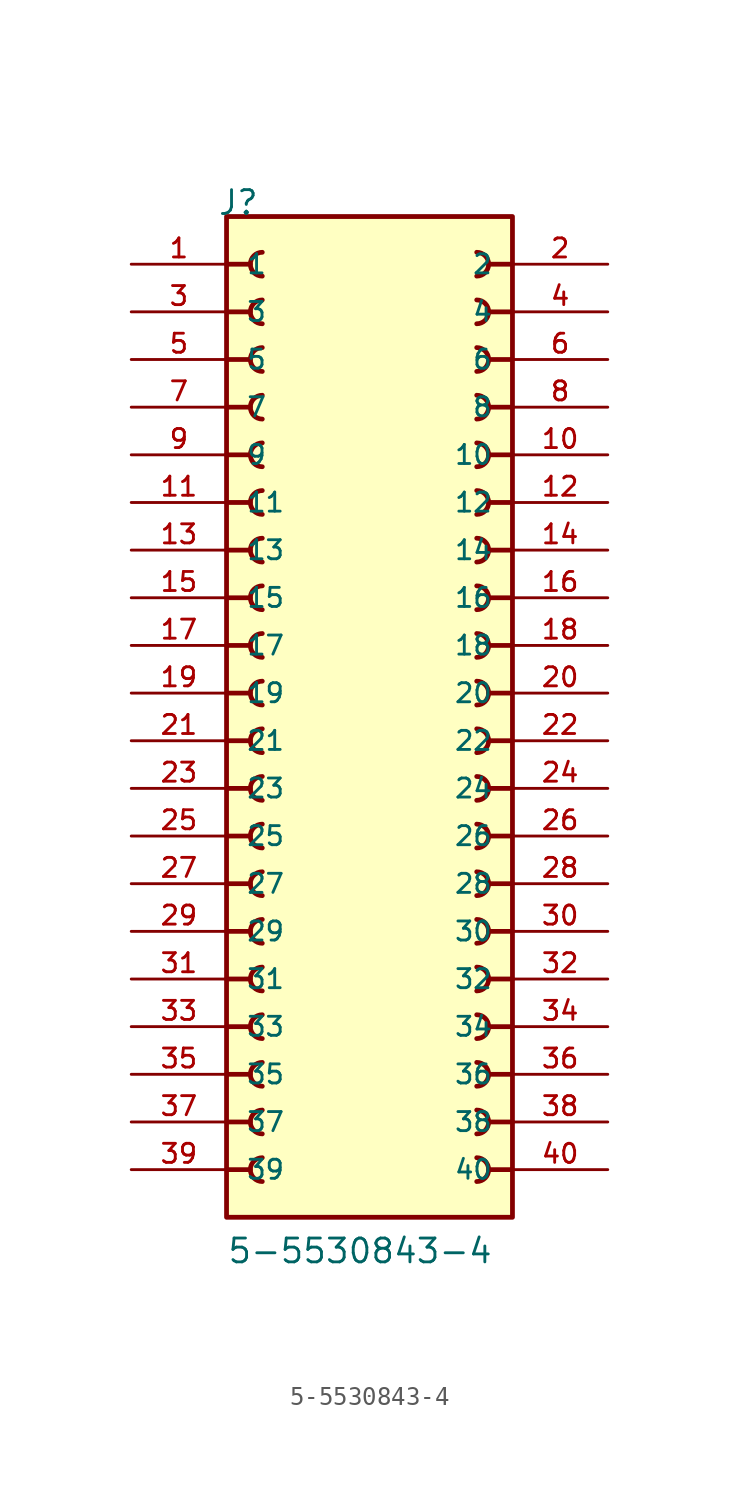
<source format=kicad_sym>
(kicad_symbol_lib
  (version 20211014)
  (generator kicad_symbol_editor)
  (symbol "5-5530843-4"
    (pin_names
      (offset 1.016))
    (property "Reference" "J"
      (at -8.12 27.94 0)
      (effects (font (size 1.27 1.27)) (justify bottom left)))
    (property "Value" "5-5530843-4"
      (at -7.62 -27.94 0)
      (effects (font (size 1.27 1.27)) (justify bottom left)))
    (symbol "5-5530843-4_0_0"
      (polyline (pts (xy -7.62 25.4) (xy -6.35 25.4)) (stroke (width 0.254)))
      (arc (start -5.715 26.035) (mid -6.35 25.4) (end -5.715 24.765) (stroke (width 0.254) (type default) (color 0 0 0 0)) (fill (type none)))
      (polyline (pts (xy 7.62 25.4) (xy 6.35 25.4)) (stroke (width 0.254)))
      (arc (start 5.715 24.765) (mid 6.35 25.4) (end 5.715 26.035) (stroke (width 0.254) (type default) (color 0 0 0 0)) (fill (type none)))
      (polyline (pts (xy -7.62 22.86) (xy -6.35 22.86)) (stroke (width 0.254)))
      (arc (start -5.715 23.495) (mid -6.35 22.86) (end -5.715 22.225) (stroke (width 0.254) (type default) (color 0 0 0 0)) (fill (type none)))
      (polyline (pts (xy 7.62 22.86) (xy 6.35 22.86)) (stroke (width 0.254)))
      (arc (start 5.715 22.225) (mid 6.35 22.86) (end 5.715 23.495) (stroke (width 0.254) (type default) (color 0 0 0 0)) (fill (type none)))
      (polyline (pts (xy -7.62 20.32) (xy -6.35 20.32)) (stroke (width 0.254)))
      (arc (start -5.715 20.955) (mid -6.35 20.32) (end -5.715 19.685) (stroke (width 0.254) (type default) (color 0 0 0 0)) (fill (type none)))
      (polyline (pts (xy 7.62 20.32) (xy 6.35 20.32)) (stroke (width 0.254)))
      (arc (start 5.715 19.685) (mid 6.35 20.32) (end 5.715 20.955) (stroke (width 0.254) (type default) (color 0 0 0 0)) (fill (type none)))
      (polyline (pts (xy -7.62 17.78) (xy -6.35 17.78)) (stroke (width 0.254)))
      (arc (start -5.715 18.415) (mid -6.35 17.78) (end -5.715 17.145) (stroke (width 0.254) (type default) (color 0 0 0 0)) (fill (type none)))
      (polyline (pts (xy 7.62 17.78) (xy 6.35 17.78)) (stroke (width 0.254)))
      (arc (start 5.715 17.145) (mid 6.35 17.78) (end 5.715 18.415) (stroke (width 0.254) (type default) (color 0 0 0 0)) (fill (type none)))
      (polyline (pts (xy -7.62 15.24) (xy -6.35 15.24)) (stroke (width 0.254)))
      (arc (start -5.715 15.875) (mid -6.35 15.24) (end -5.715 14.605) (stroke (width 0.254) (type default) (color 0 0 0 0)) (fill (type none)))
      (polyline (pts (xy 7.62 15.24) (xy 6.35 15.24)) (stroke (width 0.254)))
      (arc (start 5.715 14.605) (mid 6.35 15.24) (end 5.715 15.875) (stroke (width 0.254) (type default) (color 0 0 0 0)) (fill (type none)))
      (polyline (pts (xy -7.62 12.7) (xy -6.35 12.7)) (stroke (width 0.254)))
      (arc (start -5.715 13.335) (mid -6.35 12.7) (end -5.715 12.065) (stroke (width 0.254) (type default) (color 0 0 0 0)) (fill (type none)))
      (polyline (pts (xy 7.62 12.7) (xy 6.35 12.7)) (stroke (width 0.254)))
      (arc (start 5.715 12.065) (mid 6.35 12.7) (end 5.715 13.335) (stroke (width 0.254) (type default) (color 0 0 0 0)) (fill (type none)))
      (polyline (pts (xy -7.62 10.16) (xy -6.35 10.16)) (stroke (width 0.254)))
      (arc (start -5.715 10.795) (mid -6.35 10.16) (end -5.715 9.525) (stroke (width 0.254) (type default) (color 0 0 0 0)) (fill (type none)))
      (polyline (pts (xy 7.62 10.16) (xy 6.35 10.16)) (stroke (width 0.254)))
      (arc (start 5.715 9.525) (mid 6.35 10.16) (end 5.715 10.795) (stroke (width 0.254) (type default) (color 0 0 0 0)) (fill (type none)))
      (polyline (pts (xy -7.62 7.62) (xy -6.35 7.62)) (stroke (width 0.254)))
      (arc (start -5.715 8.255) (mid -6.35 7.62) (end -5.715 6.985) (stroke (width 0.254) (type default) (color 0 0 0 0)) (fill (type none)))
      (polyline (pts (xy 7.62 7.62) (xy 6.35 7.62)) (stroke (width 0.254)))
      (arc (start 5.715 6.985) (mid 6.35 7.62) (end 5.715 8.255) (stroke (width 0.254) (type default) (color 0 0 0 0)) (fill (type none)))
      (polyline (pts (xy -7.62 5.08) (xy -6.35 5.08)) (stroke (width 0.254)))
      (arc (start -5.715 5.715) (mid -6.35 5.08) (end -5.715 4.445) (stroke (width 0.254) (type default) (color 0 0 0 0)) (fill (type none)))
      (polyline (pts (xy 7.62 5.08) (xy 6.35 5.08)) (stroke (width 0.254)))
      (arc (start 5.715 4.445) (mid 6.35 5.08) (end 5.715 5.715) (stroke (width 0.254) (type default) (color 0 0 0 0)) (fill (type none)))
      (polyline (pts (xy -7.62 2.54) (xy -6.35 2.54)) (stroke (width 0.254)))
      (arc (start -5.715 3.175) (mid -6.35 2.54) (end -5.715 1.905) (stroke (width 0.254) (type default) (color 0 0 0 0)) (fill (type none)))
      (polyline (pts (xy 7.62 2.54) (xy 6.35 2.54)) (stroke (width 0.254)))
      (arc (start 5.715 1.905) (mid 6.35 2.54) (end 5.715 3.175) (stroke (width 0.254) (type default) (color 0 0 0 0)) (fill (type none)))
      (polyline (pts (xy -7.62 0.0) (xy -6.35 0.0)) (stroke (width 0.254)))
      (arc (start -5.715 0.635) (mid -6.35 -0.0) (end -5.715 -0.635) (stroke (width 0.254) (type default) (color 0 0 0 0)) (fill (type none)))
      (polyline (pts (xy 7.62 0.0) (xy 6.35 0.0)) (stroke (width 0.254)))
      (arc (start 5.715 -0.635) (mid 6.35 0.0) (end 5.715 0.635) (stroke (width 0.254) (type default) (color 0 0 0 0)) (fill (type none)))
      (polyline (pts (xy -7.62 -2.54) (xy -6.35 -2.54)) (stroke (width 0.254)))
      (arc (start -5.715 -1.905) (mid -6.35 -2.54) (end -5.715 -3.175) (stroke (width 0.254) (type default) (color 0 0 0 0)) (fill (type none)))
      (polyline (pts (xy 7.62 -2.54) (xy 6.35 -2.54)) (stroke (width 0.254)))
      (arc (start 5.715 -3.175) (mid 6.35 -2.54) (end 5.715 -1.905) (stroke (width 0.254) (type default) (color 0 0 0 0)) (fill (type none)))
      (polyline (pts (xy -7.62 -5.08) (xy -6.35 -5.08)) (stroke (width 0.254)))
      (arc (start -5.715 -4.445) (mid -6.35 -5.08) (end -5.715 -5.715) (stroke (width 0.254) (type default) (color 0 0 0 0)) (fill (type none)))
      (polyline (pts (xy 7.62 -5.08) (xy 6.35 -5.08)) (stroke (width 0.254)))
      (arc (start 5.715 -5.715) (mid 6.35 -5.08) (end 5.715 -4.445) (stroke (width 0.254) (type default) (color 0 0 0 0)) (fill (type none)))
      (polyline (pts (xy -7.62 -7.62) (xy -6.35 -7.62)) (stroke (width 0.254)))
      (arc (start -5.715 -6.985) (mid -6.35 -7.62) (end -5.715 -8.255) (stroke (width 0.254) (type default) (color 0 0 0 0)) (fill (type none)))
      (polyline (pts (xy 7.62 -7.62) (xy 6.35 -7.62)) (stroke (width 0.254)))
      (arc (start 5.715 -8.255) (mid 6.35 -7.62) (end 5.715 -6.985) (stroke (width 0.254) (type default) (color 0 0 0 0)) (fill (type none)))
      (polyline (pts (xy -7.62 -10.16) (xy -6.35 -10.16)) (stroke (width 0.254)))
      (arc (start -5.715 -9.525) (mid -6.35 -10.16) (end -5.715 -10.795) (stroke (width 0.254) (type default) (color 0 0 0 0)) (fill (type none)))
      (polyline (pts (xy 7.62 -10.16) (xy 6.35 -10.16)) (stroke (width 0.254)))
      (arc (start 5.715 -10.795) (mid 6.35 -10.16) (end 5.715 -9.525) (stroke (width 0.254) (type default) (color 0 0 0 0)) (fill (type none)))
      (polyline (pts (xy -7.62 -12.7) (xy -6.35 -12.7)) (stroke (width 0.254)))
      (arc (start -5.715 -12.065) (mid -6.35 -12.7) (end -5.715 -13.335) (stroke (width 0.254) (type default) (color 0 0 0 0)) (fill (type none)))
      (polyline (pts (xy 7.62 -12.7) (xy 6.35 -12.7)) (stroke (width 0.254)))
      (arc (start 5.715 -13.335) (mid 6.35 -12.7) (end 5.715 -12.065) (stroke (width 0.254) (type default) (color 0 0 0 0)) (fill (type none)))
      (polyline (pts (xy -7.62 -15.24) (xy -6.35 -15.24)) (stroke (width 0.254)))
      (arc (start -5.715 -14.605) (mid -6.35 -15.24) (end -5.715 -15.875) (stroke (width 0.254) (type default) (color 0 0 0 0)) (fill (type none)))
      (polyline (pts (xy 7.62 -15.24) (xy 6.35 -15.24)) (stroke (width 0.254)))
      (arc (start 5.715 -15.875) (mid 6.35 -15.24) (end 5.715 -14.605) (stroke (width 0.254) (type default) (color 0 0 0 0)) (fill (type none)))
      (polyline (pts (xy -7.62 -17.78) (xy -6.35 -17.78)) (stroke (width 0.254)))
      (arc (start -5.715 -17.145) (mid -6.35 -17.78) (end -5.715 -18.415) (stroke (width 0.254) (type default) (color 0 0 0 0)) (fill (type none)))
      (polyline (pts (xy 7.62 -17.78) (xy 6.35 -17.78)) (stroke (width 0.254)))
      (arc (start 5.715 -18.415) (mid 6.35 -17.78) (end 5.715 -17.145) (stroke (width 0.254) (type default) (color 0 0 0 0)) (fill (type none)))
      (polyline (pts (xy -7.62 -20.32) (xy -6.35 -20.32)) (stroke (width 0.254)))
      (arc (start -5.715 -19.685) (mid -6.35 -20.32) (end -5.715 -20.955) (stroke (width 0.254) (type default) (color 0 0 0 0)) (fill (type none)))
      (polyline (pts (xy 7.62 -20.32) (xy 6.35 -20.32)) (stroke (width 0.254)))
      (arc (start 5.715 -20.955) (mid 6.35 -20.32) (end 5.715 -19.685) (stroke (width 0.254) (type default) (color 0 0 0 0)) (fill (type none)))
      (polyline (pts (xy -7.62 -22.86) (xy -6.35 -22.86)) (stroke (width 0.254)))
      (arc (start -5.715 -22.225) (mid -6.35 -22.86) (end -5.715 -23.495) (stroke (width 0.254) (type default) (color 0 0 0 0)) (fill (type none)))
      (polyline (pts (xy 7.62 -22.86) (xy 6.35 -22.86)) (stroke (width 0.254)))
      (arc (start 5.715 -23.495) (mid 6.35 -22.86) (end 5.715 -22.225) (stroke (width 0.254) (type default) (color 0 0 0 0)) (fill (type none)))
      (rectangle (start -7.62 -25.4) (end 7.62 27.94) (stroke (width 0.254)) (fill (type background)))
      (pin passive line (at -12.7 25.4 0) (length 5.08) (name "1" (effects (font (size 1.016 1.016)))) (number "1" (effects (font (size 1.016 1.016)))))
      (pin passive line (at 12.7 25.4 180.0) (length 5.08) (name "2" (effects (font (size 1.016 1.016)))) (number "2" (effects (font (size 1.016 1.016)))))
      (pin passive line (at -12.7 22.86 0) (length 5.08) (name "3" (effects (font (size 1.016 1.016)))) (number "3" (effects (font (size 1.016 1.016)))))
      (pin passive line (at 12.7 22.86 180.0) (length 5.08) (name "4" (effects (font (size 1.016 1.016)))) (number "4" (effects (font (size 1.016 1.016)))))
      (pin passive line (at -12.7 20.32 0) (length 5.08) (name "5" (effects (font (size 1.016 1.016)))) (number "5" (effects (font (size 1.016 1.016)))))
      (pin passive line (at 12.7 20.32 180.0) (length 5.08) (name "6" (effects (font (size 1.016 1.016)))) (number "6" (effects (font (size 1.016 1.016)))))
      (pin passive line (at -12.7 17.78 0) (length 5.08) (name "7" (effects (font (size 1.016 1.016)))) (number "7" (effects (font (size 1.016 1.016)))))
      (pin passive line (at 12.7 17.78 180.0) (length 5.08) (name "8" (effects (font (size 1.016 1.016)))) (number "8" (effects (font (size 1.016 1.016)))))
      (pin passive line (at -12.7 15.24 0) (length 5.08) (name "9" (effects (font (size 1.016 1.016)))) (number "9" (effects (font (size 1.016 1.016)))))
      (pin passive line (at 12.7 15.24 180.0) (length 5.08) (name "10" (effects (font (size 1.016 1.016)))) (number "10" (effects (font (size 1.016 1.016)))))
      (pin passive line (at -12.7 12.7 0) (length 5.08) (name "11" (effects (font (size 1.016 1.016)))) (number "11" (effects (font (size 1.016 1.016)))))
      (pin passive line (at 12.7 12.7 180.0) (length 5.08) (name "12" (effects (font (size 1.016 1.016)))) (number "12" (effects (font (size 1.016 1.016)))))
      (pin passive line (at -12.7 10.16 0) (length 5.08) (name "13" (effects (font (size 1.016 1.016)))) (number "13" (effects (font (size 1.016 1.016)))))
      (pin passive line (at 12.7 10.16 180.0) (length 5.08) (name "14" (effects (font (size 1.016 1.016)))) (number "14" (effects (font (size 1.016 1.016)))))
      (pin passive line (at -12.7 7.62 0) (length 5.08) (name "15" (effects (font (size 1.016 1.016)))) (number "15" (effects (font (size 1.016 1.016)))))
      (pin passive line (at 12.7 7.62 180.0) (length 5.08) (name "16" (effects (font (size 1.016 1.016)))) (number "16" (effects (font (size 1.016 1.016)))))
      (pin passive line (at -12.7 5.08 0) (length 5.08) (name "17" (effects (font (size 1.016 1.016)))) (number "17" (effects (font (size 1.016 1.016)))))
      (pin passive line (at 12.7 5.08 180.0) (length 5.08) (name "18" (effects (font (size 1.016 1.016)))) (number "18" (effects (font (size 1.016 1.016)))))
      (pin passive line (at -12.7 2.54 0) (length 5.08) (name "19" (effects (font (size 1.016 1.016)))) (number "19" (effects (font (size 1.016 1.016)))))
      (pin passive line (at 12.7 2.54 180.0) (length 5.08) (name "20" (effects (font (size 1.016 1.016)))) (number "20" (effects (font (size 1.016 1.016)))))
      (pin passive line (at -12.7 0.0 0) (length 5.08) (name "21" (effects (font (size 1.016 1.016)))) (number "21" (effects (font (size 1.016 1.016)))))
      (pin passive line (at 12.7 0.0 180.0) (length 5.08) (name "22" (effects (font (size 1.016 1.016)))) (number "22" (effects (font (size 1.016 1.016)))))
      (pin passive line (at -12.7 -2.54 0) (length 5.08) (name "23" (effects (font (size 1.016 1.016)))) (number "23" (effects (font (size 1.016 1.016)))))
      (pin passive line (at 12.7 -2.54 180.0) (length 5.08) (name "24" (effects (font (size 1.016 1.016)))) (number "24" (effects (font (size 1.016 1.016)))))
      (pin passive line (at -12.7 -5.08 0) (length 5.08) (name "25" (effects (font (size 1.016 1.016)))) (number "25" (effects (font (size 1.016 1.016)))))
      (pin passive line (at 12.7 -5.08 180.0) (length 5.08) (name "26" (effects (font (size 1.016 1.016)))) (number "26" (effects (font (size 1.016 1.016)))))
      (pin passive line (at -12.7 -7.62 0) (length 5.08) (name "27" (effects (font (size 1.016 1.016)))) (number "27" (effects (font (size 1.016 1.016)))))
      (pin passive line (at 12.7 -7.62 180.0) (length 5.08) (name "28" (effects (font (size 1.016 1.016)))) (number "28" (effects (font (size 1.016 1.016)))))
      (pin passive line (at -12.7 -10.16 0) (length 5.08) (name "29" (effects (font (size 1.016 1.016)))) (number "29" (effects (font (size 1.016 1.016)))))
      (pin passive line (at 12.7 -10.16 180.0) (length 5.08) (name "30" (effects (font (size 1.016 1.016)))) (number "30" (effects (font (size 1.016 1.016)))))
      (pin passive line (at -12.7 -12.7 0) (length 5.08) (name "31" (effects (font (size 1.016 1.016)))) (number "31" (effects (font (size 1.016 1.016)))))
      (pin passive line (at 12.7 -12.7 180.0) (length 5.08) (name "32" (effects (font (size 1.016 1.016)))) (number "32" (effects (font (size 1.016 1.016)))))
      (pin passive line (at -12.7 -15.24 0) (length 5.08) (name "33" (effects (font (size 1.016 1.016)))) (number "33" (effects (font (size 1.016 1.016)))))
      (pin passive line (at 12.7 -15.24 180.0) (length 5.08) (name "34" (effects (font (size 1.016 1.016)))) (number "34" (effects (font (size 1.016 1.016)))))
      (pin passive line (at -12.7 -17.78 0) (length 5.08) (name "35" (effects (font (size 1.016 1.016)))) (number "35" (effects (font (size 1.016 1.016)))))
      (pin passive line (at 12.7 -17.78 180.0) (length 5.08) (name "36" (effects (font (size 1.016 1.016)))) (number "36" (effects (font (size 1.016 1.016)))))
      (pin passive line (at -12.7 -20.32 0) (length 5.08) (name "37" (effects (font (size 1.016 1.016)))) (number "37" (effects (font (size 1.016 1.016)))))
      (pin passive line (at 12.7 -20.32 180.0) (length 5.08) (name "38" (effects (font (size 1.016 1.016)))) (number "38" (effects (font (size 1.016 1.016)))))
      (pin passive line (at -12.7 -22.86 0) (length 5.08) (name "39" (effects (font (size 1.016 1.016)))) (number "39" (effects (font (size 1.016 1.016)))))
      (pin passive line (at 12.7 -22.86 180.0) (length 5.08) (name "40" (effects (font (size 1.016 1.016)))) (number "40" (effects (font (size 1.016 1.016))))))))
</source>
